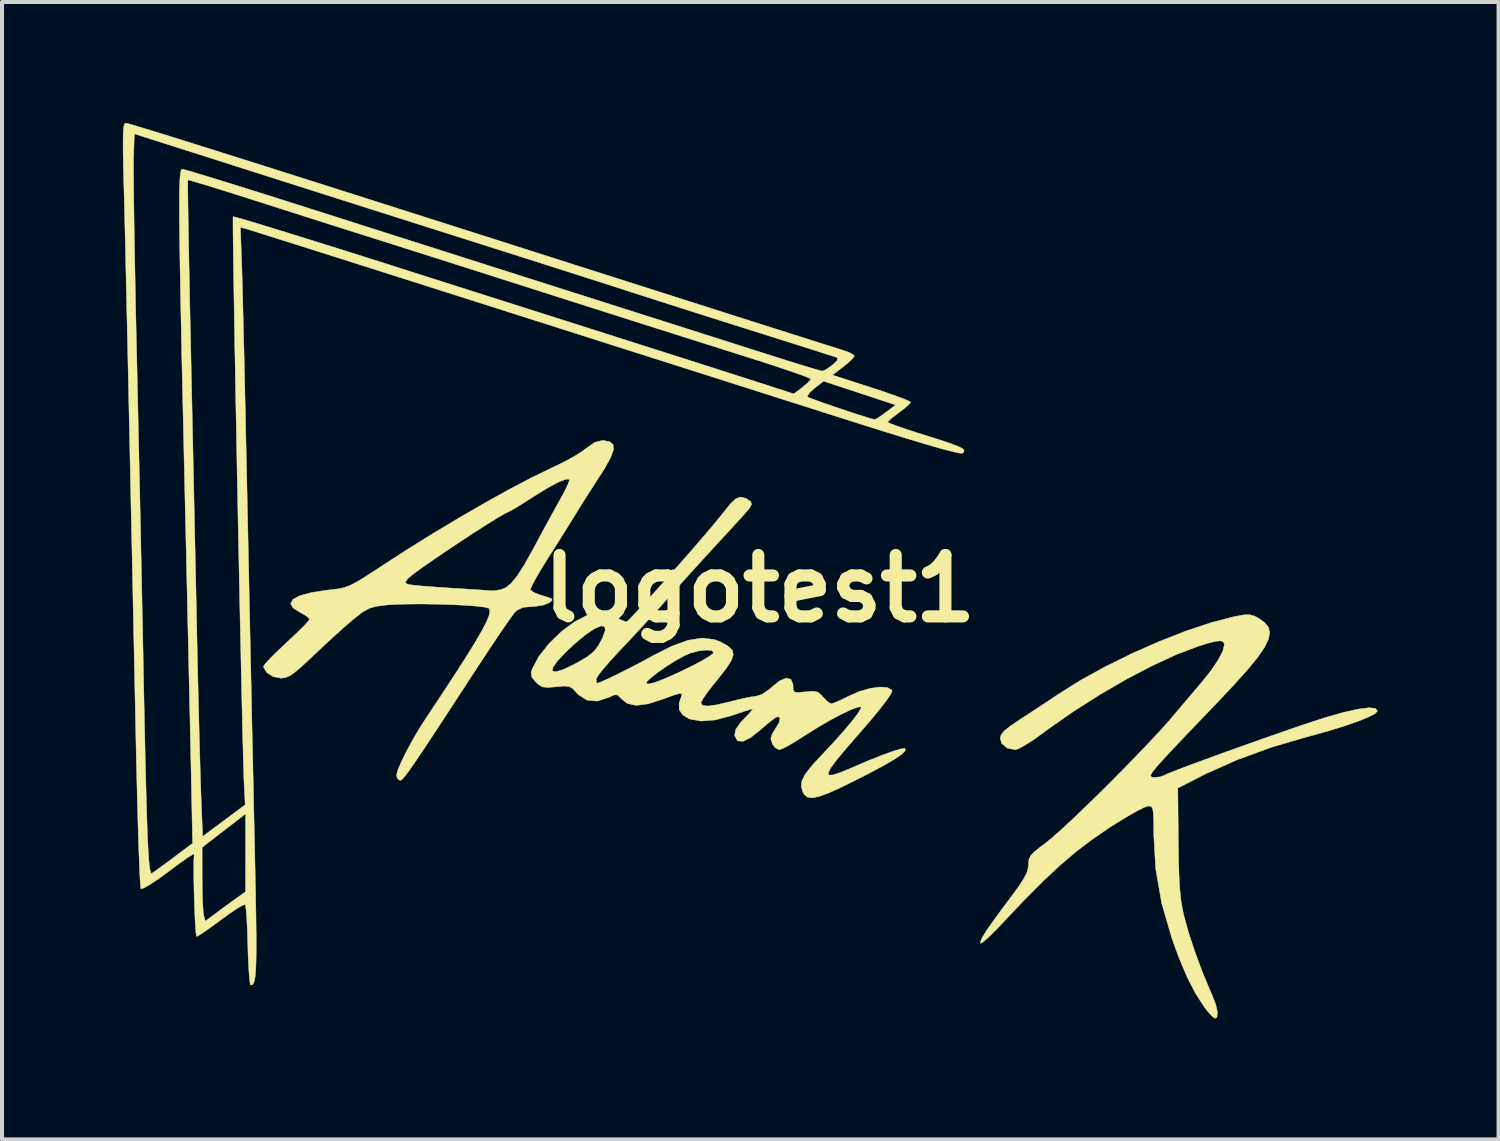
<source format=kicad_pcb>
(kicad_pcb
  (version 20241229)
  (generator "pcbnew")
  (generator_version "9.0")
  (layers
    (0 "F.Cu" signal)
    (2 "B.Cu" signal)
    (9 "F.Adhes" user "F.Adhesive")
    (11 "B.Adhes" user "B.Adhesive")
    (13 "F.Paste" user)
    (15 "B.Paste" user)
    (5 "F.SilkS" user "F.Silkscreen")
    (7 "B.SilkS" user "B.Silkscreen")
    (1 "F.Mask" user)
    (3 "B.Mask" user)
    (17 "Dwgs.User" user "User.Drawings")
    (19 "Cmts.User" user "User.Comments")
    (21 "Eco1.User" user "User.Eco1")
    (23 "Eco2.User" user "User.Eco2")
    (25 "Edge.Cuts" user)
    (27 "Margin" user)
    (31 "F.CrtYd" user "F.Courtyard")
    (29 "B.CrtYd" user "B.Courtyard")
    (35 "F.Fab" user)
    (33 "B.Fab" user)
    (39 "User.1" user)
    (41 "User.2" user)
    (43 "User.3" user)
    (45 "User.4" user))
  (footprint "logotest1"
    (layer "F.Cu")
    (at 15.811 11.562)
    (property "Reference" "logotest1" (at 0 0 0) (layer "F.SilkS") (effects (font (size 1.524 1.524) (thickness 0.3))))
    (attr through_hole)
    (fp_poly (pts (xy 12.275 0.678) (xy 12.383 0.735) (xy 12.531 0.84) (xy 12.625 0.956) (xy 12.659 1.091) (xy 12.628 1.256) (xy 12.529 1.459) (xy 12.356 1.71) (xy 12.105 2.017) (xy 11.771 2.389) (xy 11.349 2.836) (xy 11.233 2.957) (xy 10.908 3.295) (xy 10.601 3.616) (xy 10.328 3.905) (xy 10.101 4.147) (xy 9.937 4.326) (xy 9.856 4.417) (xy 9.739 4.564) (xy 9.698 4.642) (xy 9.726 4.677) (xy 9.773 4.687) (xy 9.934 4.674) (xy 10.021 4.642) (xy 10.142 4.588) (xy 10.368 4.499) (xy 10.683 4.379) (xy 11.07 4.236) (xy 11.515 4.074) (xy 12.001 3.9) (xy 12.512 3.719) (xy 13.034 3.537) (xy 13.494 3.378) (xy 14.037 3.201) (xy 14.493 3.071) (xy 14.857 2.989) (xy 15.123 2.957) (xy 15.284 2.974) (xy 15.335 3.039) (xy 15.276 3.102) (xy 15.109 3.189) (xy 14.851 3.293) (xy 14.517 3.409) (xy 14.123 3.531) (xy 13.685 3.654) (xy 13.574 3.683) (xy 12.7 3.939) (xy 11.855 4.248) (xy 11.084 4.591) (xy 10.983 4.642) (xy 10.378 4.951) (xy 10.39 6.27) (xy 10.397 6.759) (xy 10.409 7.147) (xy 10.427 7.456) (xy 10.453 7.712) (xy 10.49 7.938) (xy 10.531 8.128) (xy 10.646 8.545) (xy 10.805 9.026) (xy 10.99 9.524) (xy 11.184 9.991) (xy 11.232 10.097) (xy 11.321 10.328) (xy 11.361 10.517) (xy 11.349 10.638) (xy 11.303 10.668) (xy 11.233 10.621) (xy 11.122 10.499) (xy 11.043 10.398) (xy 10.82 10.054) (xy 10.61 9.647) (xy 10.403 9.155) (xy 10.233 8.689) (xy 9.978 7.814) (xy 9.829 6.964) (xy 9.779 6.104) (xy 9.779 6.085) (xy 9.778 5.783) (xy 9.771 5.585) (xy 9.755 5.47) (xy 9.724 5.415) (xy 9.674 5.399) (xy 9.641 5.397) (xy 9.542 5.431) (xy 9.359 5.523) (xy 9.115 5.662) (xy 8.831 5.836) (xy 8.673 5.937) (xy 8.256 6.222) (xy 7.856 6.526) (xy 7.455 6.867) (xy 7.033 7.261) (xy 6.572 7.724) (xy 6.076 8.249) (xy 5.866 8.469) (xy 5.686 8.646) (xy 5.553 8.764) (xy 5.486 8.807) (xy 5.482 8.805) (xy 5.479 8.757) (xy 5.525 8.656) (xy 5.627 8.492) (xy 5.792 8.256) (xy 6.025 7.937) (xy 6.214 7.685) (xy 6.419 7.405) (xy 6.554 7.199) (xy 6.632 7.043) (xy 6.664 6.915) (xy 6.668 6.856) (xy 6.677 6.736) (xy 6.718 6.638) (xy 6.813 6.535) (xy 6.981 6.4) (xy 7.096 6.315) (xy 7.271 6.172) (xy 7.517 5.953) (xy 7.819 5.672) (xy 8.159 5.344) (xy 8.524 4.987) (xy 8.896 4.614) (xy 9.26 4.243) (xy 9.601 3.888) (xy 9.903 3.566) (xy 10.15 3.291) (xy 10.243 3.183) (xy 10.464 2.921) (xy 10.699 2.643) (xy 10.908 2.398) (xy 10.954 2.344) (xy 11.198 2.039) (xy 11.382 1.768) (xy 11.496 1.546) (xy 11.533 1.388) (xy 11.51 1.324) (xy 11.442 1.297) (xy 11.316 1.307) (xy 11.111 1.359) (xy 10.877 1.433) (xy 10.343 1.636) (xy 9.743 1.913) (xy 9.1 2.249) (xy 8.441 2.632) (xy 7.79 3.046) (xy 7.172 3.478) (xy 7.047 3.57) (xy 6.806 3.744) (xy 6.589 3.884) (xy 6.425 3.974) (xy 6.345 4) (xy 6.14 3.958) (xy 6.006 3.844) (xy 5.969 3.717) (xy 5.991 3.629) (xy 6.07 3.531) (xy 6.224 3.408) (xy 6.47 3.242) (xy 6.493 3.227) (xy 6.779 3.041) (xy 7.081 2.842) (xy 7.346 2.665) (xy 7.413 2.62) (xy 7.956 2.279) (xy 8.573 1.939) (xy 9.234 1.613) (xy 9.911 1.314) (xy 10.576 1.053) (xy 11.199 0.845) (xy 11.752 0.7) (xy 11.786 0.693) (xy 12.01 0.652) (xy 12.157 0.646) (xy 12.275 0.678)) (stroke (width 0.01) (type solid)) (fill yes) (layer "F.SilkS"))
    (fp_poly (pts (xy -3.72 -3.644) (xy -3.639 -3.573) (xy -3.633 -3.444) (xy -3.706 -3.246) (xy -3.86 -2.969) (xy -3.973 -2.793) (xy -4.16 -2.504) (xy -4.356 -2.197) (xy -4.526 -1.925) (xy -4.577 -1.841) (xy -4.714 -1.62) (xy -4.894 -1.331) (xy -5.094 -1.013) (xy -5.273 -0.732) (xy -5.437 -0.467) (xy -5.57 -0.238) (xy -5.661 -0.068) (xy -5.696 0.021) (xy -5.696 0.026) (xy -5.626 0.086) (xy -5.489 0.144) (xy -5.281 0.208) (xy -5.175 0.249) (xy -5.153 0.283) (xy -5.195 0.325) (xy -5.235 0.354) (xy -5.373 0.409) (xy -5.573 0.441) (xy -5.653 0.445) (xy -5.875 0.465) (xy -6.025 0.536) (xy -6.08 0.587) (xy -6.151 0.68) (xy -6.28 0.862) (xy -6.455 1.117) (xy -6.665 1.43) (xy -6.898 1.782) (xy -7.062 2.032) (xy -7.461 2.644) (xy -7.796 3.158) (xy -8.075 3.582) (xy -8.301 3.925) (xy -8.482 4.195) (xy -8.623 4.401) (xy -8.729 4.551) (xy -8.807 4.654) (xy -8.862 4.718) (xy -8.9 4.751) (xy -8.927 4.762) (xy -8.933 4.763) (xy -8.999 4.709) (xy -9.017 4.625) (xy -8.985 4.504) (xy -8.9 4.303) (xy -8.775 4.048) (xy -8.623 3.767) (xy -8.459 3.486) (xy -8.322 3.27) (xy -7.911 2.652) (xy -7.569 2.129) (xy -7.29 1.695) (xy -7.071 1.341) (xy -6.907 1.06) (xy -6.794 0.844) (xy -6.726 0.685) (xy -6.7 0.576) (xy -6.71 0.507) (xy -6.722 0.492) (xy -6.811 0.463) (xy -7.004 0.438) (xy -7.276 0.417) (xy -7.605 0.4) (xy -7.967 0.388) (xy -8.338 0.382) (xy -8.695 0.383) (xy -9.014 0.391) (xy -9.272 0.407) (xy -9.305 0.411) (xy -9.533 0.442) (xy -9.703 0.493) (xy -9.863 0.584) (xy -10.061 0.738) (xy -10.1 0.77) (xy -10.3 0.942) (xy -10.556 1.172) (xy -10.833 1.428) (xy -11.073 1.653) (xy -11.327 1.892) (xy -11.513 2.054) (xy -11.65 2.154) (xy -11.76 2.205) (xy -11.863 2.222) (xy -11.889 2.223) (xy -12.081 2.184) (xy -12.237 2.086) (xy -12.316 1.957) (xy -12.319 1.927) (xy -12.275 1.863) (xy -12.154 1.732) (xy -11.975 1.554) (xy -11.756 1.348) (xy -11.748 1.34) (xy -11.528 1.134) (xy -11.347 0.957) (xy -11.224 0.826) (xy -11.176 0.761) (xy -11.176 0.76) (xy -11.228 0.7) (xy -11.356 0.62) (xy -11.393 0.601) (xy -11.582 0.484) (xy -11.647 0.372) (xy -11.592 0.269) (xy -11.422 0.177) (xy -11.14 0.099) (xy -10.749 0.038) (xy -10.645 0.027) (xy -10.467 0.006) (xy -10.316 -0.027) (xy -10.167 -0.082) (xy -10.015 -0.161) (xy -8.802 -0.161) (xy -8.769 -0.12) (xy -8.691 -0.099) (xy -8.575 -0.084) (xy -8.36 -0.063) (xy -8.072 -0.041) (xy -7.741 -0.018) (xy -7.62 -0.011) (xy -7.291 0.01) (xy -7.008 0.028) (xy -6.795 0.043) (xy -6.676 0.052) (xy -6.66 0.054) (xy -6.575 0.049) (xy -6.427 0.025) (xy -6.3 -0.026) (xy -6.168 -0.135) (xy -6.021 -0.317) (xy -5.85 -0.584) (xy -5.643 -0.95) (xy -5.54 -1.143) (xy -5.371 -1.459) (xy -5.187 -1.796) (xy -5.019 -2.099) (xy -4.955 -2.213) (xy -4.839 -2.428) (xy -4.757 -2.6) (xy -4.722 -2.7) (xy -4.724 -2.713) (xy -4.813 -2.716) (xy -4.991 -2.647) (xy -5.245 -2.512) (xy -5.565 -2.317) (xy -5.642 -2.267) (xy -5.867 -2.123) (xy -6.06 -2.005) (xy -6.191 -1.931) (xy -6.219 -1.918) (xy -6.34 -1.857) (xy -6.544 -1.737) (xy -6.809 -1.572) (xy -7.117 -1.375) (xy -7.446 -1.159) (xy -7.777 -0.938) (xy -8.089 -0.726) (xy -8.362 -0.536) (xy -8.575 -0.381) (xy -8.709 -0.275) (xy -8.734 -0.251) (xy -8.802 -0.161) (xy -10.015 -0.161) (xy -9.995 -0.172) (xy -9.771 -0.309) (xy -9.472 -0.504) (xy -9.439 -0.526) (xy -8.798 -0.942) (xy -8.133 -1.356) (xy -7.465 -1.757) (xy -6.815 -2.133) (xy -6.204 -2.472) (xy -5.651 -2.762) (xy -5.177 -2.992) (xy -5.121 -3.018) (xy -4.843 -3.153) (xy -4.58 -3.299) (xy -4.375 -3.431) (xy -4.317 -3.477) (xy -4.094 -3.631) (xy -3.897 -3.681) (xy -3.72 -3.644)) (stroke (width 0.01) (type solid)) (fill yes) (layer "F.SilkS"))
    (fp_poly (pts (xy -0.371 -2.249) (xy -0.321 -2.224) (xy -0.227 -2.163) (xy -0.204 -2.095) (xy -0.256 -1.996) (xy -0.392 -1.837) (xy -0.42 -1.806) (xy -0.551 -1.663) (xy -0.743 -1.453) (xy -0.972 -1.205) (xy -1.212 -0.944) (xy -1.233 -0.921) (xy -1.521 -0.606) (xy -1.847 -0.247) (xy -2.165 0.107) (xy -2.381 0.349) (xy -2.662 0.661) (xy -2.98 1.009) (xy -3.294 1.346) (xy -3.505 1.569) (xy -3.717 1.798) (xy -3.892 2.001) (xy -4.013 2.157) (xy -4.063 2.247) (xy -4.064 2.251) (xy -4.051 2.338) (xy -4.04 2.349) (xy -3.954 2.321) (xy -3.78 2.244) (xy -3.544 2.131) (xy -3.269 1.993) (xy -2.98 1.843) (xy -2.702 1.692) (xy -2.66 1.669) (xy -2.185 1.429) (xy -1.781 1.282) (xy -1.436 1.227) (xy -1.137 1.261) (xy -0.961 1.329) (xy -0.788 1.428) (xy -0.686 1.524) (xy -0.657 1.635) (xy -0.704 1.781) (xy -0.831 1.978) (xy -1.04 2.245) (xy -1.12 2.343) (xy -1.276 2.541) (xy -1.395 2.71) (xy -1.456 2.82) (xy -1.46 2.838) (xy -1.421 2.9) (xy -1.294 2.915) (xy -1.071 2.885) (xy -0.741 2.808) (xy -0.694 2.795) (xy -0.446 2.734) (xy -0.229 2.689) (xy -0.086 2.669) (xy -0.076 2.668) (xy 0.054 2.625) (xy 0.218 2.516) (xy 0.299 2.445) (xy 0.498 2.285) (xy 0.662 2.221) (xy 0.775 2.253) (xy 0.825 2.381) (xy 0.826 2.41) (xy 0.831 2.521) (xy 0.87 2.572) (xy 0.976 2.578) (xy 1.132 2.561) (xy 1.326 2.546) (xy 1.443 2.57) (xy 1.535 2.648) (xy 1.57 2.691) (xy 1.68 2.805) (xy 1.769 2.857) (xy 1.774 2.857) (xy 1.864 2.83) (xy 2.029 2.757) (xy 2.227 2.66) (xy 2.486 2.548) (xy 2.748 2.475) (xy 2.985 2.443) (xy 3.17 2.456) (xy 3.275 2.516) (xy 3.286 2.544) (xy 3.252 2.622) (xy 3.144 2.778) (xy 2.972 2.999) (xy 2.749 3.271) (xy 2.485 3.578) (xy 2.444 3.624) (xy 2.13 3.985) (xy 1.902 4.26) (xy 1.758 4.455) (xy 1.698 4.576) (xy 1.72 4.63) (xy 1.823 4.624) (xy 2.006 4.562) (xy 2.268 4.453) (xy 2.291 4.443) (xy 2.669 4.281) (xy 3.006 4.147) (xy 3.284 4.045) (xy 3.486 3.982) (xy 3.596 3.964) (xy 3.608 3.968) (xy 3.609 4.026) (xy 3.521 4.115) (xy 3.338 4.239) (xy 3.054 4.403) (xy 2.661 4.612) (xy 2.442 4.724) (xy 2.029 4.928) (xy 1.711 5.073) (xy 1.474 5.16) (xy 1.304 5.194) (xy 1.187 5.178) (xy 1.107 5.116) (xy 1.067 5.046) (xy 1.028 4.907) (xy 1.047 4.764) (xy 1.135 4.597) (xy 1.302 4.386) (xy 1.525 4.145) (xy 1.818 3.833) (xy 2.074 3.546) (xy 2.282 3.3) (xy 2.43 3.107) (xy 2.508 2.98) (xy 2.514 2.937) (xy 2.435 2.941) (xy 2.27 3.002) (xy 2.04 3.11) (xy 1.767 3.255) (xy 1.47 3.426) (xy 1.172 3.611) (xy 1.101 3.657) (xy 0.869 3.805) (xy 0.667 3.921) (xy 0.525 3.989) (xy 0.481 4) (xy 0.38 3.948) (xy 0.308 3.847) (xy 0.274 3.719) (xy 0.314 3.594) (xy 0.373 3.504) (xy 0.481 3.323) (xy 0.502 3.21) (xy 0.445 3.175) (xy 0.371 3.215) (xy 0.232 3.321) (xy 0.056 3.47) (xy 0.028 3.496) (xy -0.225 3.697) (xy -0.418 3.792) (xy -0.551 3.779) (xy -0.619 3.658) (xy -0.624 3.633) (xy -0.596 3.492) (xy -0.468 3.314) (xy -0.393 3.236) (xy -0.263 3.1) (xy -0.187 3.009) (xy -0.177 2.985) (xy -0.25 3.004) (xy -0.411 3.055) (xy -0.63 3.129) (xy -0.692 3.15) (xy -1.104 3.26) (xy -1.46 3.288) (xy -1.746 3.236) (xy -1.91 3.138) (xy -2 3.01) (xy -2.003 2.845) (xy -1.939 2.655) (xy -1.936 2.609) (xy -1.991 2.603) (xy -2.123 2.64) (xy -2.351 2.723) (xy -2.392 2.739) (xy -2.77 2.861) (xy -3.064 2.898) (xy -3.287 2.852) (xy -3.442 2.729) (xy -3.525 2.644) (xy -3.608 2.636) (xy -3.74 2.696) (xy -4.029 2.792) (xy -4.287 2.77) (xy -4.503 2.633) (xy -4.538 2.595) (xy -4.642 2.482) (xy -4.738 2.428) (xy -4.871 2.419) (xy -5.053 2.437) (xy -5.263 2.455) (xy -5.395 2.439) (xy -5.496 2.379) (xy -5.522 2.356) (xy -2.822 2.356) (xy -2.743 2.366) (xy -2.564 2.316) (xy -2.295 2.209) (xy -1.946 2.05) (xy -1.653 1.906) (xy -1.427 1.786) (xy -1.253 1.681) (xy -1.155 1.606) (xy -1.143 1.587) (xy -1.197 1.536) (xy -1.336 1.525) (xy -1.524 1.548) (xy -1.727 1.603) (xy -1.86 1.659) (xy -2.077 1.78) (xy -2.304 1.922) (xy -2.516 2.069) (xy -2.689 2.202) (xy -2.798 2.305) (xy -2.822 2.356) (xy -5.522 2.356) (xy -5.558 2.322) (xy -5.661 2.197) (xy -5.677 2.086) (xy -5.665 2.047) (xy -5.146 2.047) (xy -5.056 2.063) (xy -4.867 2.004) (xy -4.583 1.866) (xy -4.509 1.826) (xy -4.276 1.688) (xy -4.122 1.564) (xy -4.008 1.416) (xy -3.901 1.216) (xy -3.836 1.034) (xy -3.852 0.939) (xy -3.943 0.926) (xy -4.099 0.992) (xy -4.312 1.134) (xy -4.573 1.349) (xy -4.806 1.566) (xy -5.024 1.796) (xy -5.137 1.957) (xy -5.146 2.047) (xy -5.665 2.047) (xy -5.649 1.993) (xy -5.484 1.683) (xy -5.234 1.367) (xy -4.932 1.072) (xy -4.606 0.828) (xy -4.288 0.662) (xy -4.183 0.628) (xy -3.988 0.586) (xy -3.843 0.594) (xy -3.68 0.66) (xy -3.626 0.688) (xy -3.459 0.77) (xy -3.338 0.819) (xy -3.31 0.826) (xy -3.255 0.78) (xy -3.13 0.652) (xy -2.948 0.457) (xy -2.722 0.21) (xy -2.465 -0.076) (xy -2.19 -0.386) (xy -1.909 -0.704) (xy -1.636 -1.017) (xy -1.383 -1.31) (xy -1.163 -1.569) (xy -0.99 -1.779) (xy -0.899 -1.893) (xy -0.725 -2.109) (xy -0.595 -2.231) (xy -0.485 -2.273) (xy -0.371 -2.249)) (stroke (width 0.01) (type solid)) (fill yes) (layer "F.SilkS"))
    (fp_poly (pts (xy -15.686 -11.544) (xy -15.545 -11.504) (xy -15.319 -11.436) (xy -15.005 -11.34) (xy -14.6 -11.215) (xy -14.101 -11.058) (xy -13.505 -10.871) (xy -12.809 -10.651) (xy -12.01 -10.399) (xy -11.106 -10.112) (xy -10.094 -9.79) (xy -8.97 -9.432) (xy -7.732 -9.038) (xy -6.377 -8.606) (xy -5.874 -8.445) (xy -4.663 -8.059) (xy -3.569 -7.71) (xy -2.587 -7.397) (xy -1.713 -7.118) (xy -0.941 -6.872) (xy -0.269 -6.658) (xy 0.31 -6.474) (xy 0.798 -6.319) (xy 1.202 -6.191) (xy 1.524 -6.088) (xy 1.77 -6.011) (xy 1.944 -5.956) (xy 2.048 -5.924) (xy 2.221 -5.861) (xy 2.33 -5.802) (xy 2.349 -5.777) (xy 2.303 -5.71) (xy 2.183 -5.598) (xy 2.077 -5.512) (xy 1.804 -5.302) (xy 2.775 -4.988) (xy 3.103 -4.88) (xy 3.383 -4.781) (xy 3.596 -4.701) (xy 3.722 -4.646) (xy 3.747 -4.627) (xy 3.699 -4.567) (xy 3.577 -4.462) (xy 3.461 -4.375) (xy 3.304 -4.256) (xy 3.2 -4.166) (xy 3.175 -4.133) (xy 3.233 -4.102) (xy 3.391 -4.042) (xy 3.628 -3.96) (xy 3.923 -3.864) (xy 4.08 -3.815) (xy 4.465 -3.694) (xy 4.742 -3.601) (xy 4.926 -3.531) (xy 5.031 -3.477) (xy 5.071 -3.431) (xy 5.061 -3.388) (xy 5.04 -3.363) (xy 4.971 -3.362) (xy 4.802 -3.397) (xy 4.528 -3.468) (xy 4.147 -3.577) (xy 3.656 -3.725) (xy 3.051 -3.912) (xy 2.33 -4.139) (xy 2.185 -4.185) (xy 1.707 -4.337) (xy 1.122 -4.524) (xy 0.444 -4.739) (xy 0.315 -4.781) (xy 1.183 -4.781) (xy 1.188 -4.759) (xy 1.258 -4.727) (xy 1.422 -4.666) (xy 1.652 -4.584) (xy 1.92 -4.493) (xy 2.198 -4.399) (xy 2.459 -4.314) (xy 2.675 -4.246) (xy 2.818 -4.205) (xy 2.857 -4.197) (xy 2.922 -4.23) (xy 3.051 -4.319) (xy 3.131 -4.377) (xy 3.372 -4.56) (xy 1.586 -5.149) (xy 1.362 -4.978) (xy 1.238 -4.866) (xy 1.183 -4.781) (xy 0.315 -4.781) (xy -0.313 -4.98) (xy -1.135 -5.242) (xy -2.007 -5.52) (xy -2.917 -5.809) (xy -3.849 -6.106) (xy -4.79 -6.406) (xy -5.726 -6.704) (xy -6.604 -6.983) (xy -7.448 -7.252) (xy -8.26 -7.51) (xy -9.032 -7.756) (xy -9.753 -7.985) (xy -10.417 -8.196) (xy -11.015 -8.385) (xy -11.539 -8.551) (xy -11.98 -8.69) (xy -12.329 -8.8) (xy -12.579 -8.879) (xy -12.72 -8.922) (xy -12.749 -8.931) (xy -12.893 -8.968) (xy -12.858 -7.992) (xy -12.851 -7.767) (xy -12.842 -7.428) (xy -12.831 -6.987) (xy -12.818 -6.457) (xy -12.803 -5.851) (xy -12.788 -5.181) (xy -12.772 -4.46) (xy -12.756 -3.701) (xy -12.739 -2.917) (xy -12.725 -2.254) (xy -12.706 -1.362) (xy -12.686 -0.411) (xy -12.666 0.576) (xy -12.644 1.575) (xy -12.623 2.565) (xy -12.603 3.523) (xy -12.583 4.426) (xy -12.565 5.251) (xy -12.549 5.976) (xy -12.547 6.096) (xy -12.53 6.883) (xy -12.516 7.552) (xy -12.507 8.113) (xy -12.501 8.575) (xy -12.5 8.948) (xy -12.504 9.241) (xy -12.512 9.463) (xy -12.526 9.624) (xy -12.545 9.733) (xy -12.569 9.799) (xy -12.599 9.833) (xy -12.635 9.842) (xy -12.637 9.842) (xy -12.656 9.783) (xy -12.674 9.617) (xy -12.69 9.368) (xy -12.704 9.058) (xy -12.709 8.864) (xy -12.72 8.523) (xy -12.733 8.228) (xy -12.749 8.003) (xy -12.766 7.868) (xy -12.774 7.842) (xy -12.839 7.861) (xy -12.981 7.944) (xy -13.179 8.077) (xy -13.371 8.218) (xy -13.601 8.387) (xy -13.794 8.524) (xy -13.929 8.612) (xy -13.98 8.636) (xy -13.994 8.577) (xy -14.007 8.416) (xy -14.021 8.18) (xy -14.033 7.894) (xy -14.042 7.583) (xy -14.049 7.274) (xy -14.052 6.992) (xy -14.05 6.763) (xy -14.043 6.612) (xy -14.04 6.585) (xy -14.084 6.602) (xy -14.21 6.683) (xy -14.399 6.817) (xy -14.633 6.99) (xy -14.673 7.02) (xy -14.919 7.199) (xy -15.129 7.34) (xy -15.283 7.429) (xy -15.36 7.454) (xy -15.364 7.452) (xy -15.374 7.38) (xy -15.386 7.193) (xy -15.399 6.902) (xy -15.414 6.517) (xy -15.429 6.052) (xy -15.445 5.517) (xy -15.46 4.923) (xy -15.476 4.283) (xy -15.487 3.747) (xy -15.523 2.003) (xy -15.557 0.384) (xy -15.588 -1.112) (xy -15.618 -2.489) (xy -15.644 -3.749) (xy -15.669 -4.895) (xy -15.691 -5.927) (xy -15.712 -6.85) (xy -15.73 -7.666) (xy -15.746 -8.376) (xy -15.76 -8.985) (xy -15.773 -9.492) (xy -15.783 -9.903) (xy -15.786 -9.985) (xy -15.798 -10.484) (xy -15.799 -10.509) (xy -15.547 -10.509) (xy -15.546 -10.226) (xy -15.542 -9.84) (xy -15.536 -9.365) (xy -15.528 -8.812) (xy -15.517 -8.193) (xy -15.504 -7.522) (xy -15.49 -6.811) (xy -15.474 -6.071) (xy -15.466 -5.747) (xy -15.447 -4.893) (xy -15.427 -3.981) (xy -15.406 -3.033) (xy -15.385 -2.075) (xy -15.365 -1.13) (xy -15.346 -0.222) (xy -15.329 0.624) (xy -15.313 1.385) (xy -15.304 1.873) (xy -15.285 2.831) (xy -15.267 3.67) (xy -15.251 4.396) (xy -15.235 5.017) (xy -15.22 5.54) (xy -15.206 5.972) (xy -15.191 6.32) (xy -15.177 6.593) (xy -15.161 6.796) (xy -15.145 6.938) (xy -15.127 7.025) (xy -15.108 7.066) (xy -15.09 7.068) (xy -15.01 7.012) (xy -14.855 6.9) (xy -14.653 6.751) (xy -14.549 6.673) (xy -14.215 6.423) (xy -13.843 6.423) (xy -13.842 7.196) (xy -13.839 7.51) (xy -13.83 7.788) (xy -13.818 7.999) (xy -13.803 8.112) (xy -13.765 8.255) (xy -13.502 8.06) (xy -13.289 7.902) (xy -13.069 7.742) (xy -13.003 7.694) (xy -12.766 7.525) (xy -12.764 5.59) (xy -13.843 6.423) (xy -14.215 6.423) (xy -14.08 6.322) (xy -14.123 4.256) (xy -14.133 3.798) (xy -14.145 3.233) (xy -14.16 2.58) (xy -14.176 1.861) (xy -14.193 1.095) (xy -14.211 0.302) (xy -14.229 -0.499) (xy -14.247 -1.286) (xy -14.257 -1.714) (xy -14.285 -2.947) (xy -14.31 -4.058) (xy -14.333 -5.055) (xy -14.352 -5.944) (xy -14.368 -6.73) (xy -14.382 -7.419) (xy -14.392 -8.019) (xy -14.4 -8.534) (xy -14.405 -8.971) (xy -14.408 -9.337) (xy -14.408 -9.637) (xy -14.405 -9.877) (xy -14.4 -10.065) (xy -14.399 -10.079) (xy -14.199 -10.079) (xy -14.199 -9.898) (xy -14.195 -9.611) (xy -14.19 -9.229) (xy -14.182 -8.762) (xy -14.172 -8.222) (xy -14.16 -7.619) (xy -14.147 -6.964) (xy -14.132 -6.266) (xy -14.127 -6.031) (xy -14.109 -5.201) (xy -14.09 -4.315) (xy -14.07 -3.397) (xy -14.05 -2.472) (xy -14.031 -1.563) (xy -14.012 -0.695) (xy -13.995 0.107) (xy -13.98 0.819) (xy -13.973 1.143) (xy -13.959 1.797) (xy -13.944 2.446) (xy -13.929 3.072) (xy -13.914 3.656) (xy -13.9 4.181) (xy -13.887 4.63) (xy -13.876 4.983) (xy -13.869 5.187) (xy -13.83 6.152) (xy -13.303 5.759) (xy -12.775 5.366) (xy -12.801 4.858) (xy -12.808 4.682) (xy -12.816 4.399) (xy -12.827 4.018) (xy -12.839 3.549) (xy -12.852 3.001) (xy -12.866 2.385) (xy -12.88 1.71) (xy -12.896 0.986) (xy -12.912 0.223) (xy -12.928 -0.568) (xy -12.945 -1.379) (xy -12.961 -2.199) (xy -12.977 -3.019) (xy -12.992 -3.829) (xy -13.007 -4.618) (xy -13.021 -5.377) (xy -13.034 -6.097) (xy -13.045 -6.766) (xy -13.055 -7.376) (xy -13.064 -7.917) (xy -13.07 -8.378) (xy -13.075 -8.751) (xy -13.077 -9.024) (xy -13.077 -9.188) (xy -13.075 -9.235) (xy -13.011 -9.221) (xy -12.836 -9.172) (xy -12.56 -9.09) (xy -12.193 -8.978) (xy -11.744 -8.84) (xy -11.225 -8.678) (xy -10.644 -8.497) (xy -10.011 -8.297) (xy -9.337 -8.084) (xy -8.951 -7.961) (xy -8.189 -7.718) (xy -7.409 -7.47) (xy -6.628 -7.221) (xy -5.864 -6.978) (xy -5.134 -6.746) (xy -4.456 -6.53) (xy -3.846 -6.336) (xy -3.322 -6.169) (xy -2.901 -6.035) (xy -2.889 -6.031) (xy -2.361 -5.863) (xy -1.827 -5.693) (xy -1.311 -5.528) (xy -0.836 -5.376) (xy -0.428 -5.245) (xy -0.109 -5.143) (xy -0.038 -5.12) (xy 0.845 -4.835) (xy 1.058 -4.997) (xy 1.189 -5.107) (xy 1.264 -5.188) (xy 1.27 -5.204) (xy 1.212 -5.234) (xy 1.049 -5.297) (xy 0.798 -5.386) (xy 0.475 -5.495) (xy 0.096 -5.619) (xy -0.206 -5.715) (xy -1.157 -6.016) (xy -2.064 -6.304) (xy -2.958 -6.587) (xy -3.871 -6.878) (xy -4.833 -7.184) (xy -5.875 -7.517) (xy -6.191 -7.618) (xy -6.758 -7.799) (xy -7.359 -7.99) (xy -7.964 -8.183) (xy -8.544 -8.367) (xy -9.069 -8.534) (xy -9.509 -8.673) (xy -9.588 -8.698) (xy -10.059 -8.847) (xy -10.611 -9.022) (xy -11.204 -9.211) (xy -11.8 -9.401) (xy -12.359 -9.58) (xy -12.566 -9.646) (xy -12.995 -9.782) (xy -13.382 -9.904) (xy -13.712 -10.006) (xy -13.968 -10.083) (xy -14.135 -10.131) (xy -14.198 -10.144) (xy -14.199 -10.079) (xy -14.399 -10.079) (xy -14.393 -10.204) (xy -14.383 -10.303) (xy -14.371 -10.367) (xy -14.357 -10.402) (xy -14.34 -10.414) (xy -14.337 -10.414) (xy -14.26 -10.395) (xy -14.073 -10.341) (xy -13.788 -10.255) (xy -13.418 -10.142) (xy -12.973 -10.003) (xy -12.465 -9.844) (xy -11.907 -9.668) (xy -11.309 -9.478) (xy -11.073 -9.403) (xy -10.358 -9.175) (xy -9.551 -8.917) (xy -8.678 -8.639) (xy -7.77 -8.35) (xy -6.852 -8.057) (xy -5.955 -7.772) (xy -5.105 -7.501) (xy -4.381 -7.271) (xy -3.695 -7.052) (xy -3.01 -6.834) (xy -2.342 -6.622) (xy -1.708 -6.42) (xy -1.122 -6.233) (xy -0.601 -6.067) (xy -0.161 -5.927) (xy 0.183 -5.818) (xy 0.321 -5.774) (xy 0.688 -5.657) (xy 1.015 -5.556) (xy 1.281 -5.475) (xy 1.468 -5.421) (xy 1.556 -5.4) (xy 1.559 -5.4) (xy 1.644 -5.438) (xy 1.776 -5.531) (xy 1.807 -5.555) (xy 1.921 -5.663) (xy 1.933 -5.723) (xy 1.902 -5.741) (xy 1.822 -5.768) (xy 1.635 -5.827) (xy 1.356 -5.916) (xy 0.999 -6.03) (xy 0.579 -6.163) (xy 0.11 -6.311) (xy -0.318 -6.446) (xy -0.86 -6.618) (xy -1.405 -6.79) (xy -1.929 -6.957) (xy -2.411 -7.111) (xy -2.829 -7.245) (xy -3.16 -7.351) (xy -3.302 -7.397) (xy -3.532 -7.472) (xy -3.868 -7.58) (xy -4.295 -7.716) (xy -4.795 -7.876) (xy -5.355 -8.055) (xy -5.959 -8.247) (xy -6.591 -8.448) (xy -7.236 -8.653) (xy -7.366 -8.694) (xy -8.089 -8.923) (xy -8.867 -9.17) (xy -9.672 -9.426) (xy -10.48 -9.683) (xy -11.263 -9.932) (xy -11.995 -10.165) (xy -12.651 -10.374) (xy -13.049 -10.501) (xy -15.526 -11.29) (xy -15.545 -10.678) (xy -15.547 -10.509) (xy -15.799 -10.509) (xy -15.805 -10.87) (xy -15.806 -11.155) (xy -15.8 -11.352) (xy -15.788 -11.477) (xy -15.768 -11.54) (xy -15.744 -11.557) (xy -15.686 -11.544)) (stroke (width 0.01) (type solid)) (fill yes) (layer "F.SilkS")))
  (gr_rect
    (start -3 -3)
    (end 34.151 25.235)
    (stroke (width 0.1) (type default))
    (fill no)
    (layer "Edge.Cuts")))
</source>
